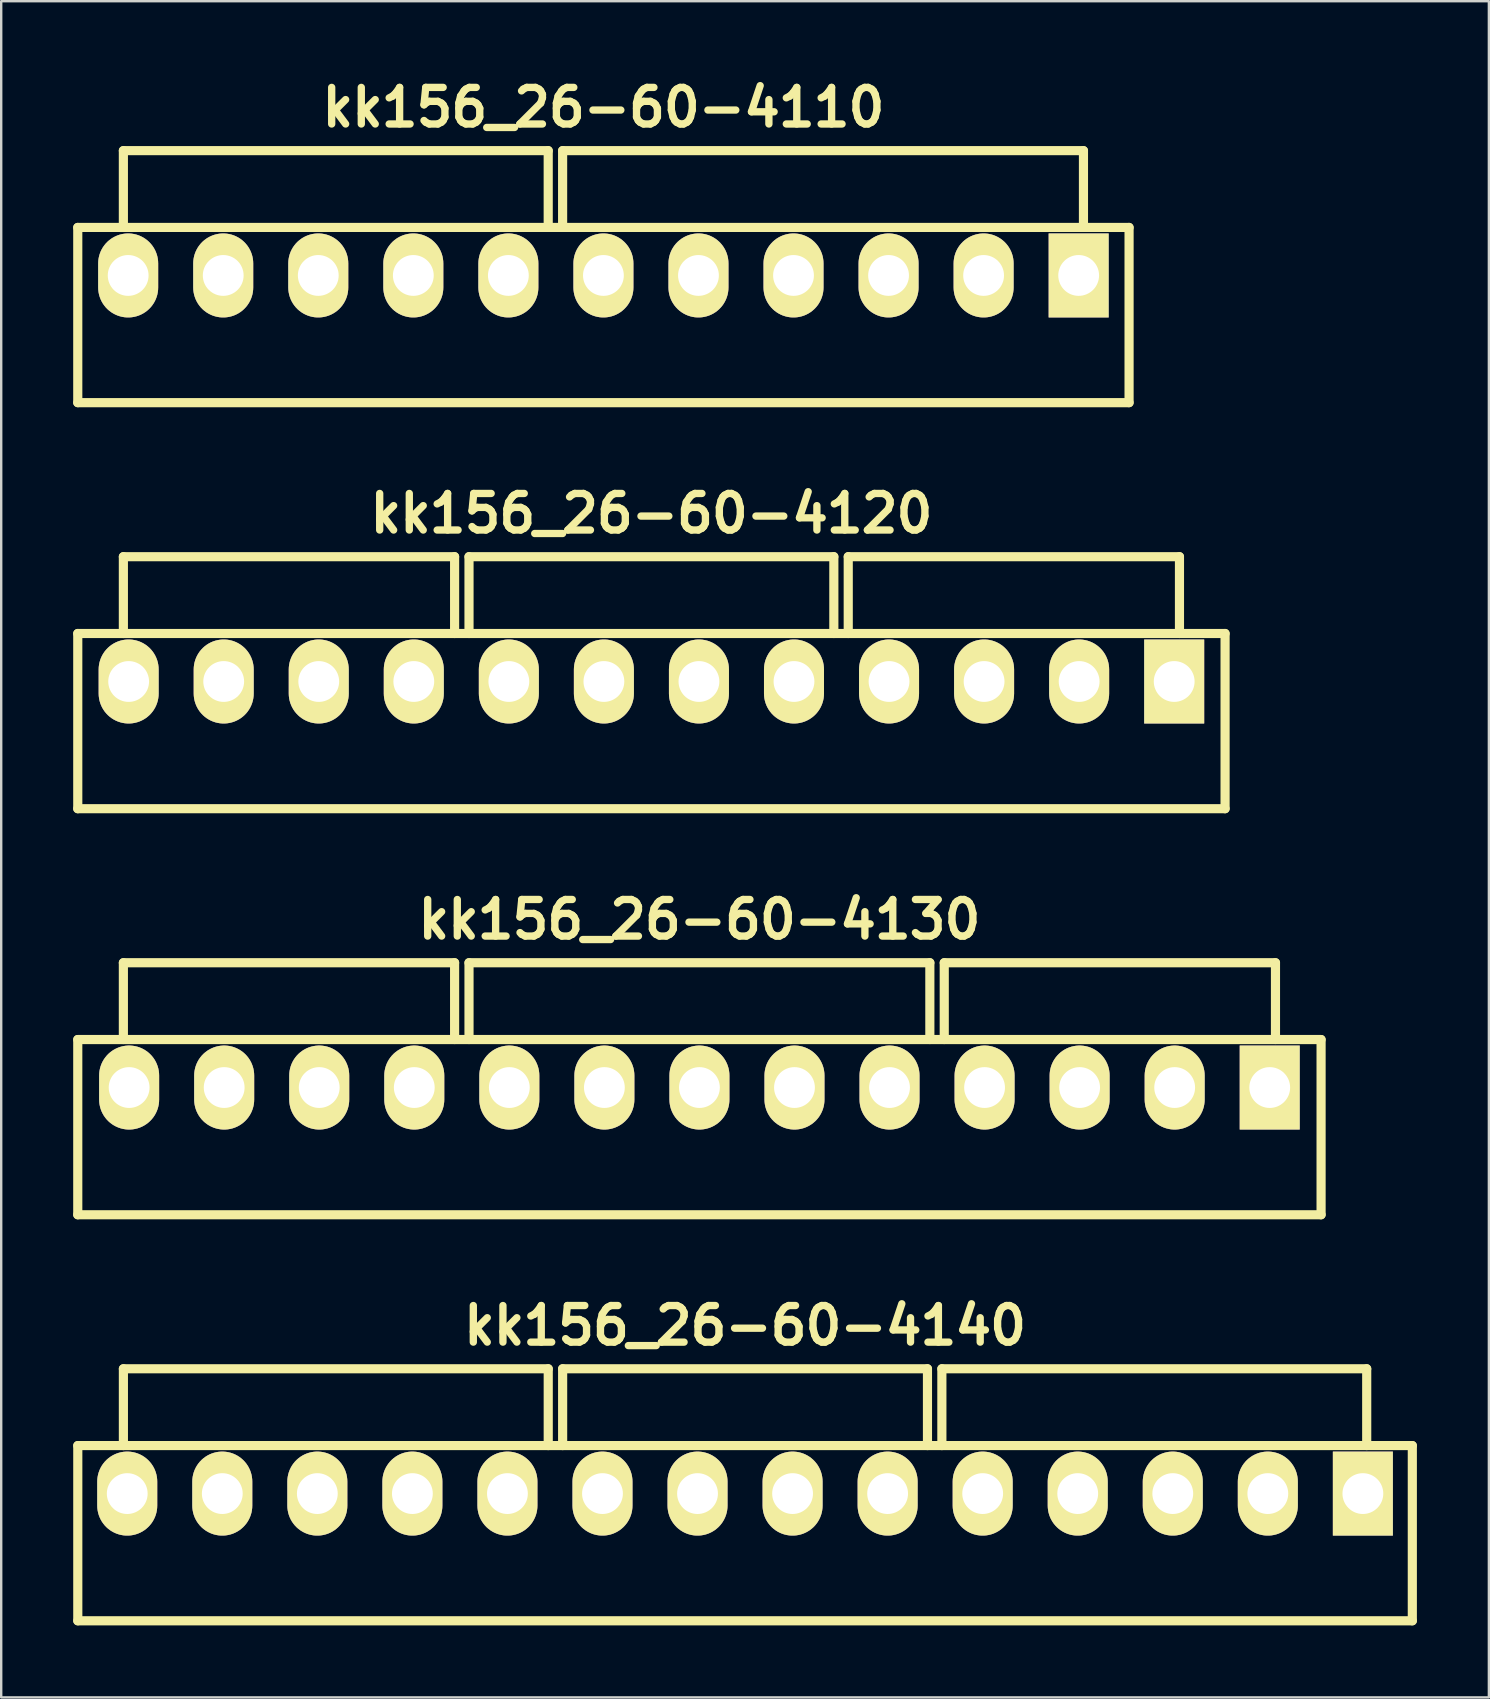
<source format=kicad_pcb>
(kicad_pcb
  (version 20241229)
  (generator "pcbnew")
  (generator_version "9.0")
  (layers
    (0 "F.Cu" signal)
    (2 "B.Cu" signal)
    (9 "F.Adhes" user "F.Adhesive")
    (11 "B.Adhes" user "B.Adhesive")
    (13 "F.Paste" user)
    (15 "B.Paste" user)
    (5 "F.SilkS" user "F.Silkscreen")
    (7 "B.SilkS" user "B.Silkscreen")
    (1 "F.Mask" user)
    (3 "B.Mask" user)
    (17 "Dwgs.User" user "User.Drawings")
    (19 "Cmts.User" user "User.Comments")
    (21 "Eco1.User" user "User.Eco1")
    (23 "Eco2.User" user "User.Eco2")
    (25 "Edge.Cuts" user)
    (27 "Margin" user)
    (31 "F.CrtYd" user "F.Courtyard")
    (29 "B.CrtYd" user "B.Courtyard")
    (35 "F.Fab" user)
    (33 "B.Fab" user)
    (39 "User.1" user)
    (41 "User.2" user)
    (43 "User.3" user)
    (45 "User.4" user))
  (footprint "kk156_26-60-4120"
    (layer "F.Cu")
    (at 24.09 25.343)
    (property "Reference" "kk156_26-60-4120" (at 0 -7 0) (layer "F.SilkS") (effects (font (size 1.524 1.524) (thickness 0.305))))
    (attr through_hole)
    (fp_line (start -23.9 -2) (end 23.9 -2) (stroke (width 0.381) (type solid)) (layer "F.SilkS"))
    (fp_line (start -23.9 5.3) (end -23.9 -2) (stroke (width 0.381) (type solid)) (layer "F.SilkS"))
    (fp_line (start -23.9 5.3) (end 23.9 5.3) (stroke (width 0.381) (type solid)) (layer "F.SilkS"))
    (fp_line (start -22 -2) (end -22 -5.2) (stroke (width 0.381) (type solid)) (layer "F.SilkS"))
    (fp_line (start -8.2 -5.2) (end -22 -5.2) (stroke (width 0.381) (type solid)) (layer "F.SilkS"))
    (fp_line (start -8.2 -2) (end -8.2 -5.2) (stroke (width 0.381) (type solid)) (layer "F.SilkS"))
    (fp_line (start -7.6 -5.2) (end 7.6 -5.2) (stroke (width 0.381) (type solid)) (layer "F.SilkS"))
    (fp_line (start -7.6 -2) (end -7.6 -5.2) (stroke (width 0.381) (type solid)) (layer "F.SilkS"))
    (fp_line (start 7.6 -5.2) (end 7.6 -2) (stroke (width 0.381) (type solid)) (layer "F.SilkS"))
    (fp_line (start 8.2 -5.2) (end 22 -5.2) (stroke (width 0.381) (type solid)) (layer "F.SilkS"))
    (fp_line (start 8.2 -2) (end 8.2 -5.2) (stroke (width 0.381) (type solid)) (layer "F.SilkS"))
    (fp_line (start 22 -5.2) (end 22 -2) (stroke (width 0.381) (type solid)) (layer "F.SilkS"))
    (fp_line (start 23.9 -2) (end 23.9 5.3) (stroke (width 0.381) (type solid)) (layer "F.SilkS"))
    (pad "1" thru_hole rect (at 21.78 0) (size 2.5 3.5) (drill 1.7) (layers "*.Cu" "*.Mask" "F.SilkS"))
    (pad "2" thru_hole oval (at 17.82 0) (size 2.5 3.5) (drill 1.7) (layers "*.Cu" "*.Mask" "F.SilkS"))
    (pad "3" thru_hole oval (at 13.86 0) (size 2.5 3.5) (drill 1.7) (layers "*.Cu" "*.Mask" "F.SilkS"))
    (pad "4" thru_hole oval (at 9.9 0) (size 2.5 3.5) (drill 1.7) (layers "*.Cu" "*.Mask" "F.SilkS"))
    (pad "5" thru_hole oval (at 5.94 0) (size 2.5 3.5) (drill 1.7) (layers "*.Cu" "*.Mask" "F.SilkS"))
    (pad "6" thru_hole oval (at 1.98 0) (size 2.5 3.5) (drill 1.7) (layers "*.Cu" "*.Mask" "F.SilkS"))
    (pad "7" thru_hole oval (at -1.98 0) (size 2.5 3.5) (drill 1.7) (layers "*.Cu" "*.Mask" "F.SilkS"))
    (pad "8" thru_hole oval (at -5.94 0) (size 2.5 3.5) (drill 1.7) (layers "*.Cu" "*.Mask" "F.SilkS"))
    (pad "9" thru_hole oval (at -9.9 0) (size 2.5 3.5) (drill 1.7) (layers "*.Cu" "*.Mask" "F.SilkS"))
    (pad "10" thru_hole oval (at -13.86 0) (size 2.5 3.5) (drill 1.7) (layers "*.Cu" "*.Mask" "F.SilkS"))
    (pad "11" thru_hole oval (at -17.82 0) (size 2.5 3.5) (drill 1.7) (layers "*.Cu" "*.Mask" "F.SilkS"))
    (pad "12" thru_hole oval (at -21.78 0) (size 2.5 3.5) (drill 1.7) (layers "*.Cu" "*.Mask" "F.SilkS")))
  (footprint "kk156_26-60-4130"
    (layer "F.Cu")
    (at 26.09 42.26)
    (property "Reference" "kk156_26-60-4130" (at 0 -7 0) (layer "F.SilkS") (effects (font (size 1.524 1.524) (thickness 0.305))))
    (attr through_hole)
    (fp_line (start -25.9 -2) (end 25.9 -2) (stroke (width 0.381) (type solid)) (layer "F.SilkS"))
    (fp_line (start -25.9 5.3) (end -25.9 -2) (stroke (width 0.381) (type solid)) (layer "F.SilkS"))
    (fp_line (start -25.9 5.3) (end 25.9 5.3) (stroke (width 0.381) (type solid)) (layer "F.SilkS"))
    (fp_line (start -24 -2) (end -24 -5.2) (stroke (width 0.381) (type solid)) (layer "F.SilkS"))
    (fp_line (start -10.2 -5.2) (end -24 -5.2) (stroke (width 0.381) (type solid)) (layer "F.SilkS"))
    (fp_line (start -10.2 -2) (end -10.2 -5.2) (stroke (width 0.381) (type solid)) (layer "F.SilkS"))
    (fp_line (start -9.6 -5.2) (end 9.6 -5.2) (stroke (width 0.381) (type solid)) (layer "F.SilkS"))
    (fp_line (start -9.6 -2) (end -9.6 -5.2) (stroke (width 0.381) (type solid)) (layer "F.SilkS"))
    (fp_line (start 9.6 -5.2) (end 9.6 -2) (stroke (width 0.381) (type solid)) (layer "F.SilkS"))
    (fp_line (start 10.2 -5.2) (end 24 -5.2) (stroke (width 0.381) (type solid)) (layer "F.SilkS"))
    (fp_line (start 10.2 -2) (end 10.2 -5.2) (stroke (width 0.381) (type solid)) (layer "F.SilkS"))
    (fp_line (start 24 -5.2) (end 24 -2) (stroke (width 0.381) (type solid)) (layer "F.SilkS"))
    (fp_line (start 25.9 -2) (end 25.9 5.3) (stroke (width 0.381) (type solid)) (layer "F.SilkS"))
    (pad "1" thru_hole rect (at 23.76 0) (size 2.5 3.5) (drill 1.7) (layers "*.Cu" "*.Mask" "F.SilkS"))
    (pad "2" thru_hole oval (at 19.8 0) (size 2.5 3.5) (drill 1.7) (layers "*.Cu" "*.Mask" "F.SilkS"))
    (pad "3" thru_hole oval (at 15.84 0) (size 2.5 3.5) (drill 1.7) (layers "*.Cu" "*.Mask" "F.SilkS"))
    (pad "4" thru_hole oval (at 11.88 0) (size 2.5 3.5) (drill 1.7) (layers "*.Cu" "*.Mask" "F.SilkS"))
    (pad "5" thru_hole oval (at 7.92 0) (size 2.5 3.5) (drill 1.7) (layers "*.Cu" "*.Mask" "F.SilkS"))
    (pad "6" thru_hole oval (at 3.96 0) (size 2.5 3.5) (drill 1.7) (layers "*.Cu" "*.Mask" "F.SilkS"))
    (pad "7" thru_hole oval (at 0 0) (size 2.5 3.5) (drill 1.7) (layers "*.Cu" "*.Mask" "F.SilkS"))
    (pad "8" thru_hole oval (at -3.96 0) (size 2.5 3.5) (drill 1.7) (layers "*.Cu" "*.Mask" "F.SilkS"))
    (pad "9" thru_hole oval (at -7.92 0) (size 2.5 3.5) (drill 1.7) (layers "*.Cu" "*.Mask" "F.SilkS"))
    (pad "10" thru_hole oval (at -11.88 0) (size 2.5 3.5) (drill 1.7) (layers "*.Cu" "*.Mask" "F.SilkS"))
    (pad "11" thru_hole oval (at -15.84 0) (size 2.5 3.5) (drill 1.7) (layers "*.Cu" "*.Mask" "F.SilkS"))
    (pad "12" thru_hole oval (at -19.8 0) (size 2.5 3.5) (drill 1.7) (layers "*.Cu" "*.Mask" "F.SilkS"))
    (pad "13" thru_hole oval (at -23.76 0) (size 2.5 3.5) (drill 1.7) (layers "*.Cu" "*.Mask" "F.SilkS")))
  (footprint "kk156_26-60-4110"
    (layer "F.Cu")
    (at 22.09 8.426)
    (property "Reference" "kk156_26-60-4110" (at 0 -7 0) (layer "F.SilkS") (effects (font (size 1.524 1.524) (thickness 0.305))))
    (attr through_hole)
    (fp_line (start -21.9 -2) (end 21.9 -2) (stroke (width 0.381) (type solid)) (layer "F.SilkS"))
    (fp_line (start -21.9 5.3) (end -21.9 -2) (stroke (width 0.381) (type solid)) (layer "F.SilkS"))
    (fp_line (start -21.9 5.3) (end 21.9 5.3) (stroke (width 0.381) (type solid)) (layer "F.SilkS"))
    (fp_line (start -20 -2) (end -20 -5.2) (stroke (width 0.381) (type solid)) (layer "F.SilkS"))
    (fp_line (start -2.3 -5.2) (end -20 -5.2) (stroke (width 0.381) (type solid)) (layer "F.SilkS"))
    (fp_line (start -2.3 -2) (end -2.3 -5.2) (stroke (width 0.381) (type solid)) (layer "F.SilkS"))
    (fp_line (start -1.7 -5.2) (end 20 -5.2) (stroke (width 0.381) (type solid)) (layer "F.SilkS"))
    (fp_line (start -1.7 -2) (end -1.7 -5.2) (stroke (width 0.381) (type solid)) (layer "F.SilkS"))
    (fp_line (start 20 -5.2) (end 20 -2) (stroke (width 0.381) (type solid)) (layer "F.SilkS"))
    (fp_line (start 21.9 -2) (end 21.9 5.3) (stroke (width 0.381) (type solid)) (layer "F.SilkS"))
    (pad "1" thru_hole rect (at 19.8 0) (size 2.5 3.5) (drill 1.7) (layers "*.Cu" "*.Mask" "F.SilkS"))
    (pad "2" thru_hole oval (at 15.84 0) (size 2.5 3.5) (drill 1.7) (layers "*.Cu" "*.Mask" "F.SilkS"))
    (pad "3" thru_hole oval (at 11.88 0) (size 2.5 3.5) (drill 1.7) (layers "*.Cu" "*.Mask" "F.SilkS"))
    (pad "4" thru_hole oval (at 7.92 0) (size 2.5 3.5) (drill 1.7) (layers "*.Cu" "*.Mask" "F.SilkS"))
    (pad "5" thru_hole oval (at 3.96 0) (size 2.5 3.5) (drill 1.7) (layers "*.Cu" "*.Mask" "F.SilkS"))
    (pad "6" thru_hole oval (at 0 0) (size 2.5 3.5) (drill 1.7) (layers "*.Cu" "*.Mask" "F.SilkS"))
    (pad "7" thru_hole oval (at -3.96 0) (size 2.5 3.5) (drill 1.7) (layers "*.Cu" "*.Mask" "F.SilkS"))
    (pad "8" thru_hole oval (at -7.92 0) (size 2.5 3.5) (drill 1.7) (layers "*.Cu" "*.Mask" "F.SilkS"))
    (pad "9" thru_hole oval (at -11.88 0) (size 2.5 3.5) (drill 1.7) (layers "*.Cu" "*.Mask" "F.SilkS"))
    (pad "10" thru_hole oval (at -15.84 0) (size 2.5 3.5) (drill 1.7) (layers "*.Cu" "*.Mask" "F.SilkS"))
    (pad "11" thru_hole oval (at -19.8 0) (size 2.5 3.5) (drill 1.7) (layers "*.Cu" "*.Mask" "F.SilkS")))
  (footprint "kk156_26-60-4140"
    (layer "F.Cu")
    (at 27.991 59.177)
    (property "Reference" "kk156_26-60-4140" (at 0 -7 0) (layer "F.SilkS") (effects (font (size 1.524 1.524) (thickness 0.305))))
    (attr through_hole)
    (fp_line (start -27.8 -2) (end 27.8 -2) (stroke (width 0.381) (type solid)) (layer "F.SilkS"))
    (fp_line (start -27.8 5.3) (end -27.8 -2) (stroke (width 0.381) (type solid)) (layer "F.SilkS"))
    (fp_line (start -27.8 5.3) (end 27.8 5.3) (stroke (width 0.381) (type solid)) (layer "F.SilkS"))
    (fp_line (start -25.9 -2) (end -25.9 -5.2) (stroke (width 0.381) (type solid)) (layer "F.SilkS"))
    (fp_line (start -8.2 -5.2) (end -25.9 -5.2) (stroke (width 0.381) (type solid)) (layer "F.SilkS"))
    (fp_line (start -8.2 -2) (end -8.2 -5.2) (stroke (width 0.381) (type solid)) (layer "F.SilkS"))
    (fp_line (start -7.6 -5.2) (end 7.6 -5.2) (stroke (width 0.381) (type solid)) (layer "F.SilkS"))
    (fp_line (start -7.6 -2) (end -7.6 -5.2) (stroke (width 0.381) (type solid)) (layer "F.SilkS"))
    (fp_line (start 7.6 -5.2) (end 7.6 -2) (stroke (width 0.381) (type solid)) (layer "F.SilkS"))
    (fp_line (start 8.2 -5.2) (end 25.9 -5.2) (stroke (width 0.381) (type solid)) (layer "F.SilkS"))
    (fp_line (start 8.2 -2) (end 8.2 -5.2) (stroke (width 0.381) (type solid)) (layer "F.SilkS"))
    (fp_line (start 25.9 -5.2) (end 25.9 -2) (stroke (width 0.381) (type solid)) (layer "F.SilkS"))
    (fp_line (start 27.8 -2) (end 27.8 5.3) (stroke (width 0.381) (type solid)) (layer "F.SilkS"))
    (pad "1" thru_hole rect (at 25.74 0) (size 2.5 3.5) (drill 1.7) (layers "*.Cu" "*.Mask" "F.SilkS"))
    (pad "2" thru_hole oval (at 21.78 0) (size 2.5 3.5) (drill 1.7) (layers "*.Cu" "*.Mask" "F.SilkS"))
    (pad "3" thru_hole oval (at 17.82 0) (size 2.5 3.5) (drill 1.7) (layers "*.Cu" "*.Mask" "F.SilkS"))
    (pad "4" thru_hole oval (at 13.86 0) (size 2.5 3.5) (drill 1.7) (layers "*.Cu" "*.Mask" "F.SilkS"))
    (pad "5" thru_hole oval (at 9.9 0) (size 2.5 3.5) (drill 1.7) (layers "*.Cu" "*.Mask" "F.SilkS"))
    (pad "6" thru_hole oval (at 5.94 0) (size 2.5 3.5) (drill 1.7) (layers "*.Cu" "*.Mask" "F.SilkS"))
    (pad "7" thru_hole oval (at 1.98 0) (size 2.5 3.5) (drill 1.7) (layers "*.Cu" "*.Mask" "F.SilkS"))
    (pad "8" thru_hole oval (at -1.98 0) (size 2.5 3.5) (drill 1.7) (layers "*.Cu" "*.Mask" "F.SilkS"))
    (pad "9" thru_hole oval (at -5.94 0) (size 2.5 3.5) (drill 1.7) (layers "*.Cu" "*.Mask" "F.SilkS"))
    (pad "10" thru_hole oval (at -9.9 0) (size 2.5 3.5) (drill 1.7) (layers "*.Cu" "*.Mask" "F.SilkS"))
    (pad "11" thru_hole oval (at -13.86 0) (size 2.5 3.5) (drill 1.7) (layers "*.Cu" "*.Mask" "F.SilkS"))
    (pad "12" thru_hole oval (at -17.82 0) (size 2.5 3.5) (drill 1.7) (layers "*.Cu" "*.Mask" "F.SilkS"))
    (pad "13" thru_hole oval (at -21.78 0) (size 2.5 3.5) (drill 1.7) (layers "*.Cu" "*.Mask" "F.SilkS"))
    (pad "14" thru_hole oval (at -25.74 0) (size 2.5 3.5) (drill 1.7) (layers "*.Cu" "*.Mask" "F.SilkS")))
  (gr_rect
    (start -3 -3)
    (end 58.981 67.668)
    (stroke (width 0.1) (type default))
    (fill no)
    (layer "Edge.Cuts")))
</source>
